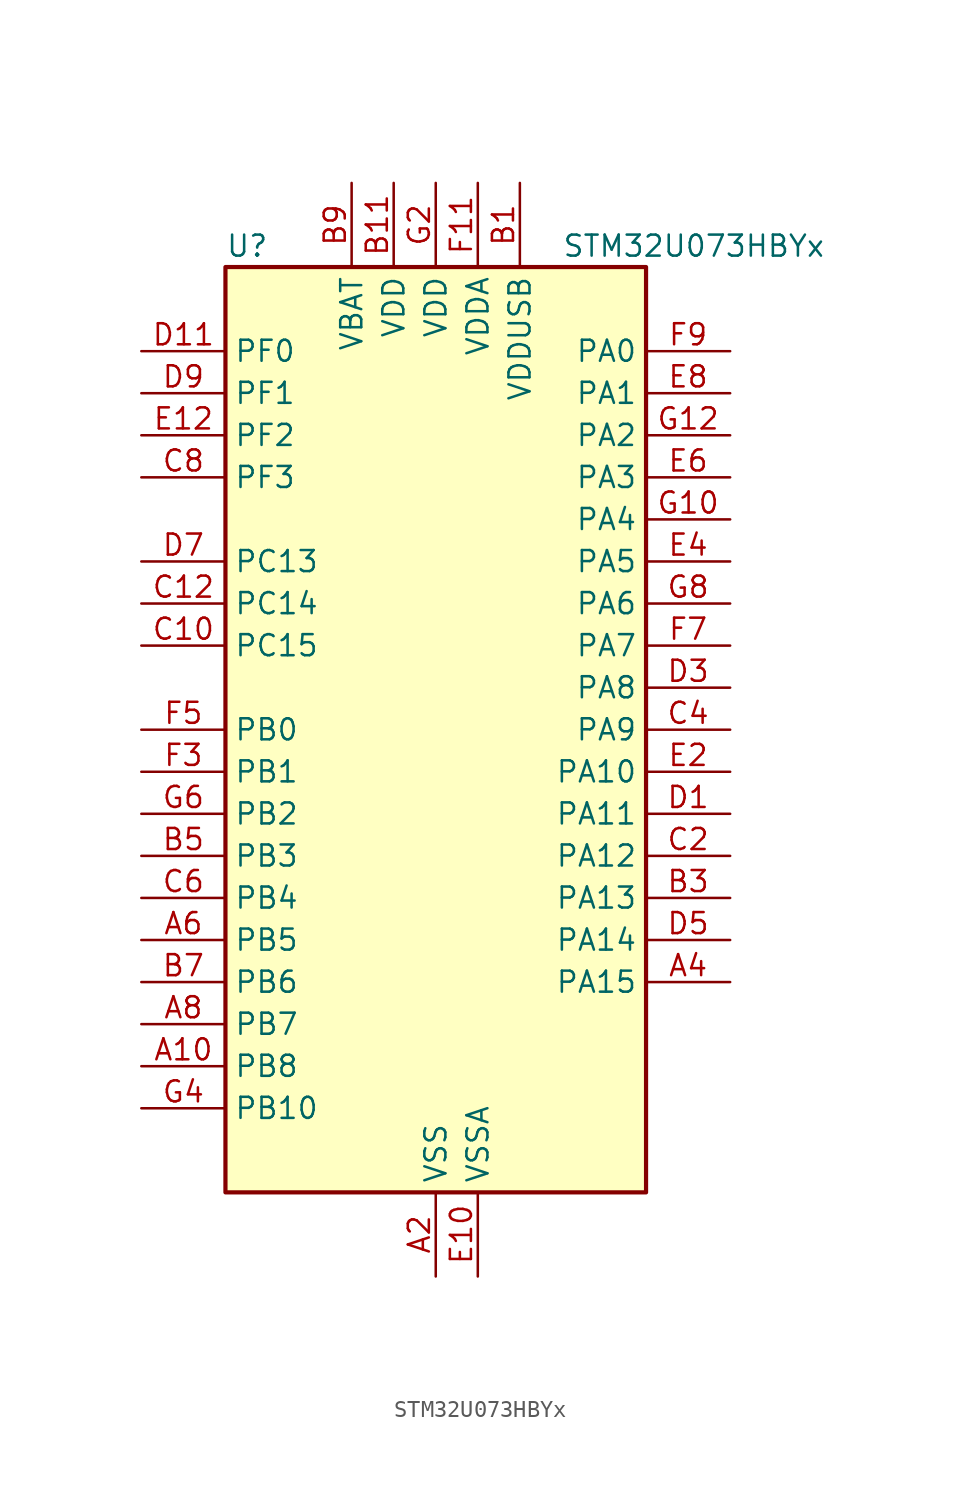
<source format=kicad_sym>
(kicad_symbol_lib
  (version 20241209)
  (generator "kicad_symbol_editor")
  (generator_version "9.0")
  (symbol "STM32U073HBYx"
    (property "Reference" "U"
      (at -12.7 29.21 0)
      (effects (font (size 1.27 1.27)) (justify left)))
    (property "Value" "STM32U073HBYx"
      (at 7.62 29.21 0)
      (effects (font (size 1.27 1.27)) (justify left)))
    (symbol "STM32U073HBYx_0_1"
      (rectangle (start -12.7 -27.94) (end 12.7 27.94) (stroke (width 0.254) (type default)) (fill (type background))))
    (symbol "STM32U073HBYx_1_1"
      (pin bidirectional line (at -17.78 22.86 0) (length 5.08) (name "PF0" (effects (font (size 1.27 1.27)))) (number "D11" (effects (font (size 1.27 1.27)))) (alternate "RCC_OSC_IN" bidirectional line))
      (pin bidirectional line (at -17.78 20.32 0) (length 5.08) (name "PF1" (effects (font (size 1.27 1.27)))) (number "D9" (effects (font (size 1.27 1.27)))) (alternate "RCC_OSC_EN" bidirectional line) (alternate "RCC_OSC_OUT" bidirectional line))
      (pin bidirectional line (at -17.78 17.78 0) (length 5.08) (name "PF2" (effects (font (size 1.27 1.27)))) (number "E12" (effects (font (size 1.27 1.27)))) (alternate "RCC_MCO" bidirectional line))
      (pin bidirectional line (at -17.78 15.24 0) (length 5.08) (name "PF3" (effects (font (size 1.27 1.27)))) (number "C8" (effects (font (size 1.27 1.27)))))
      (pin bidirectional line (at -17.78 10.16 0) (length 5.08) (name "PC13" (effects (font (size 1.27 1.27)))) (number "D7" (effects (font (size 1.27 1.27)))) (alternate "LPTIM1_CH3" bidirectional line) (alternate "LPTIM3_CH3" bidirectional line) (alternate "PWR_WKUP2" bidirectional line) (alternate "RTC_OUT1" bidirectional line) (alternate "RTC_TS" bidirectional line) (alternate "TAMP_IN1" bidirectional line))
      (pin bidirectional line (at -17.78 7.62 0) (length 5.08) (name "PC14" (effects (font (size 1.27 1.27)))) (number "C12" (effects (font (size 1.27 1.27)))) (alternate "RCC_OSC32_IN" bidirectional line))
      (pin bidirectional line (at -17.78 5.08 0) (length 5.08) (name "PC15" (effects (font (size 1.27 1.27)))) (number "C10" (effects (font (size 1.27 1.27)))) (alternate "RCC_OSC32_EN" bidirectional line) (alternate "RCC_OSC32_OUT" bidirectional line) (alternate "RCC_OSC_EN" bidirectional line))
      (pin bidirectional line (at -17.78 0 0) (length 5.08) (name "PB0" (effects (font (size 1.27 1.27)))) (number "F5" (effects (font (size 1.27 1.27)))) (alternate "ADC1_IN17" bidirectional line) (alternate "COMP1_OUT" bidirectional line) (alternate "LCD_SEG5" bidirectional line) (alternate "LPTIM3_CH1" bidirectional line) (alternate "LPUART2_CTS" bidirectional line) (alternate "SPI1_NSS" bidirectional line) (alternate "TIM1_CH2N" bidirectional line) (alternate "TIM3_CH3" bidirectional line) (alternate "TSC_G5_IO2" bidirectional line) (alternate "USART3_CK" bidirectional line))
      (pin bidirectional line (at -17.78 -2.54 0) (length 5.08) (name "PB1" (effects (font (size 1.27 1.27)))) (number "F3" (effects (font (size 1.27 1.27)))) (alternate "ADC1_IN18" bidirectional line) (alternate "COMP1_INM" bidirectional line) (alternate "LCD_SEG6" bidirectional line) (alternate "LPTIM2_IN1" bidirectional line) (alternate "LPTIM3_CH2" bidirectional line) (alternate "LPUART1_DE" bidirectional line) (alternate "LPUART1_RTS" bidirectional line) (alternate "LPUART2_DE" bidirectional line) (alternate "LPUART2_RTS" bidirectional line) (alternate "TIM1_CH3N" bidirectional line) (alternate "TIM3_CH4" bidirectional line) (alternate "TSC_SYNC" bidirectional line) (alternate "USART3_DE" bidirectional line) (alternate "USART3_RTS" bidirectional line))
      (pin bidirectional line (at -17.78 -5.08 0) (length 5.08) (name "PB2" (effects (font (size 1.27 1.27)))) (number "G6" (effects (font (size 1.27 1.27)))) (alternate "COMP1_INP" bidirectional line) (alternate "LCD_VLCD" bidirectional line) (alternate "LPTIM1_CH1" bidirectional line) (alternate "RTC_OUT2" bidirectional line))
      (pin bidirectional line (at -17.78 -7.62 0) (length 5.08) (name "PB3" (effects (font (size 1.27 1.27)))) (number "B5" (effects (font (size 1.27 1.27)))) (alternate "COMP2_INM" bidirectional line) (alternate "DEBUG_JTDO-SWO" bidirectional line) (alternate "I2C2_SCL" bidirectional line) (alternate "I2C3_SCL" bidirectional line) (alternate "LCD_SEG7" bidirectional line) (alternate "LPTIM1_CH3" bidirectional line) (alternate "SPI1_SCK" bidirectional line) (alternate "SPI3_SCK" bidirectional line) (alternate "TIM2_CH2" bidirectional line) (alternate "USART1_DE" bidirectional line) (alternate "USART1_RTS" bidirectional line))
      (pin bidirectional line (at -17.78 -10.16 0) (length 5.08) (name "PB4" (effects (font (size 1.27 1.27)))) (number "C6" (effects (font (size 1.27 1.27)))) (alternate "COMP2_INP" bidirectional line) (alternate "I2C2_SDA" bidirectional line) (alternate "I2C3_SDA" bidirectional line) (alternate "LCD_SEG8" bidirectional line) (alternate "LPTIM1_CH4" bidirectional line) (alternate "LPUART3_DE" bidirectional line) (alternate "LPUART3_RTS" bidirectional line) (alternate "SPI1_MISO" bidirectional line) (alternate "SPI3_MISO" bidirectional line) (alternate "TIM3_CH1" bidirectional line) (alternate "TSC_G2_IO1" bidirectional line) (alternate "USART1_CTS" bidirectional line))
      (pin bidirectional line (at -17.78 -12.7 0) (length 5.08) (name "PB5" (effects (font (size 1.27 1.27)))) (number "A6" (effects (font (size 1.27 1.27)))) (alternate "COMP2_OUT" bidirectional line) (alternate "LCD_SEG9" bidirectional line) (alternate "LPTIM1_IN1" bidirectional line) (alternate "LPUART3_CTS" bidirectional line) (alternate "SPI1_MOSI" bidirectional line) (alternate "SPI3_MOSI" bidirectional line) (alternate "TIM16_BKIN" bidirectional line) (alternate "TIM3_CH2" bidirectional line) (alternate "TSC_G2_IO2" bidirectional line) (alternate "USART1_CK" bidirectional line))
      (pin bidirectional line (at -17.78 -15.24 0) (length 5.08) (name "PB6" (effects (font (size 1.27 1.27)))) (number "B7" (effects (font (size 1.27 1.27)))) (alternate "COMP2_INP" bidirectional line) (alternate "I2C1_SCL" bidirectional line) (alternate "I2C2_SCL" bidirectional line) (alternate "I2C4_SCL" bidirectional line) (alternate "LPTIM1_ETR" bidirectional line) (alternate "LPUART2_TX" bidirectional line) (alternate "LPUART3_TX" bidirectional line) (alternate "TIM16_CH1N" bidirectional line) (alternate "TSC_G2_IO3" bidirectional line) (alternate "USART1_TX" bidirectional line))
      (pin bidirectional line (at -17.78 -17.78 0) (length 5.08) (name "PB7" (effects (font (size 1.27 1.27)))) (number "A8" (effects (font (size 1.27 1.27)))) (alternate "COMP2_INM" bidirectional line) (alternate "I2C1_SDA" bidirectional line) (alternate "I2C2_SDA" bidirectional line) (alternate "I2C4_SDA" bidirectional line) (alternate "LCD_SEG21" bidirectional line) (alternate "LPTIM1_IN2" bidirectional line) (alternate "LPUART2_RX" bidirectional line) (alternate "LPUART3_RX" bidirectional line) (alternate "PWR_PVD_IN" bidirectional line) (alternate "TSC_G2_IO4" bidirectional line) (alternate "USART1_RX" bidirectional line) (alternate "USART4_CTS" bidirectional line))
      (pin bidirectional line (at -17.78 -20.32 0) (length 5.08) (name "PB8" (effects (font (size 1.27 1.27)))) (number "A10" (effects (font (size 1.27 1.27)))) (alternate "I2C1_SCL" bidirectional line) (alternate "I2C2_SCL" bidirectional line) (alternate "LCD_SEG16" bidirectional line) (alternate "LPTIM1_IN2" bidirectional line) (alternate "LPTIM3_IN2" bidirectional line) (alternate "TIM16_CH1" bidirectional line) (alternate "USART3_TX" bidirectional line))
      (pin bidirectional line (at -17.78 -22.86 0) (length 5.08) (name "PB10" (effects (font (size 1.27 1.27)))) (number "G4" (effects (font (size 1.27 1.27)))) (alternate "COMP1_OUT" bidirectional line) (alternate "I2C2_SCL" bidirectional line) (alternate "I2C4_SCL" bidirectional line) (alternate "LCD_SEG10" bidirectional line) (alternate "LPTIM3_CH1" bidirectional line) (alternate "LPUART1_RX" bidirectional line) (alternate "LPUART2_RX" bidirectional line) (alternate "SPI2_SCK" bidirectional line) (alternate "TIM2_CH3" bidirectional line) (alternate "TSC_G5_IO3" bidirectional line) (alternate "USART3_TX" bidirectional line))
      (pin power_in line (at -5.08 33.02 270) (length 5.08) (name "VBAT" (effects (font (size 1.27 1.27)))) (number "B9" (effects (font (size 1.27 1.27)))))
      (pin power_in line (at -2.54 33.02 270) (length 5.08) (name "VDD" (effects (font (size 1.27 1.27)))) (number "B11" (effects (font (size 1.27 1.27)))))
      (pin power_in line (at 0 33.02 270) (length 5.08) (name "VDD" (effects (font (size 1.27 1.27)))) (number "G2" (effects (font (size 1.27 1.27)))))
      (pin passive line (at 0 -33.02 90) (length 5.08) (hide yes) (name "VSS" (effects (font (size 1.27 1.27)))) (number "A12" (effects (font (size 1.27 1.27)))))
      (pin power_in line (at 0 -33.02 90) (length 5.08) (name "VSS" (effects (font (size 1.27 1.27)))) (number "A2" (effects (font (size 1.27 1.27)))))
      (pin passive line (at 0 -33.02 90) (length 5.08) (hide yes) (name "VSS" (effects (font (size 1.27 1.27)))) (number "F1" (effects (font (size 1.27 1.27)))))
      (pin power_in line (at 2.54 33.02 270) (length 5.08) (name "VDDA" (effects (font (size 1.27 1.27)))) (number "F11" (effects (font (size 1.27 1.27)))))
      (pin power_in line (at 2.54 -33.02 90) (length 5.08) (name "VSSA" (effects (font (size 1.27 1.27)))) (number "E10" (effects (font (size 1.27 1.27)))))
      (pin power_in line (at 5.08 33.02 270) (length 5.08) (name "VDDUSB" (effects (font (size 1.27 1.27)))) (number "B1" (effects (font (size 1.27 1.27)))))
      (pin bidirectional line (at 17.78 22.86 180) (length 5.08) (name "PA0" (effects (font (size 1.27 1.27)))) (number "F9" (effects (font (size 1.27 1.27)))) (alternate "ADC1_IN4" bidirectional line) (alternate "COMP1_INM" bidirectional line) (alternate "COMP1_OUT" bidirectional line) (alternate "LCD_SEG42" bidirectional line) (alternate "OPAMP1_VINP" bidirectional line) (alternate "PWR_WKUP1" bidirectional line) (alternate "TAMP_IN2" bidirectional line) (alternate "TIM2_CH1" bidirectional line) (alternate "TIM2_ETR" bidirectional line) (alternate "USART2_CTS" bidirectional line) (alternate "USART4_TX" bidirectional line))
      (pin bidirectional line (at 17.78 20.32 180) (length 5.08) (name "PA1" (effects (font (size 1.27 1.27)))) (number "E8" (effects (font (size 1.27 1.27)))) (alternate "ADC1_IN5" bidirectional line) (alternate "COMP1_INP" bidirectional line) (alternate "LCD_SEG0" bidirectional line) (alternate "LPTIM1_CH2" bidirectional line) (alternate "OPAMP1_VINM" bidirectional line) (alternate "PWR_WKUP3" bidirectional line) (alternate "SPI1_SCK" bidirectional line) (alternate "SPI2_SCK" bidirectional line) (alternate "TAMP_IN5" bidirectional line) (alternate "TIM15_CH1N" bidirectional line) (alternate "TIM2_CH2" bidirectional line) (alternate "USART2_DE" bidirectional line) (alternate "USART2_RTS" bidirectional line) (alternate "USART4_RX" bidirectional line))
      (pin bidirectional line (at 17.78 17.78 180) (length 5.08) (name "PA2" (effects (font (size 1.27 1.27)))) (number "G12" (effects (font (size 1.27 1.27)))) (alternate "ADC1_IN6" bidirectional line) (alternate "COMP2_INM" bidirectional line) (alternate "COMP2_OUT" bidirectional line) (alternate "LCD_SEG1" bidirectional line) (alternate "LPUART1_TX" bidirectional line) (alternate "PWR_WKUP4" bidirectional line) (alternate "RCC_LSCO" bidirectional line) (alternate "TIM15_CH1" bidirectional line) (alternate "TIM2_CH3" bidirectional line) (alternate "USART2_TX" bidirectional line))
      (pin bidirectional line (at 17.78 15.24 180) (length 5.08) (name "PA3" (effects (font (size 1.27 1.27)))) (number "E6" (effects (font (size 1.27 1.27)))) (alternate "ADC1_IN7" bidirectional line) (alternate "COMP2_INP" bidirectional line) (alternate "LCD_SEG2" bidirectional line) (alternate "LPUART1_RX" bidirectional line) (alternate "OPAMP1_VOUT" bidirectional line) (alternate "TIM15_CH2" bidirectional line) (alternate "TIM2_CH4" bidirectional line) (alternate "USART2_RX" bidirectional line))
      (pin bidirectional line (at 17.78 12.7 180) (length 5.08) (name "PA4" (effects (font (size 1.27 1.27)))) (number "G10" (effects (font (size 1.27 1.27)))) (alternate "ADC1_IN8" bidirectional line) (alternate "COMP1_INM" bidirectional line) (alternate "COMP2_INM" bidirectional line) (alternate "DAC1_OUT1" bidirectional line) (alternate "LCD_SEG43" bidirectional line) (alternate "LPTIM2_CH1" bidirectional line) (alternate "LPUART3_TX" bidirectional line) (alternate "SPI1_NSS" bidirectional line) (alternate "SPI3_NSS" bidirectional line) (alternate "USART2_CK" bidirectional line))
      (pin bidirectional line (at 17.78 10.16 180) (length 5.08) (name "PA5" (effects (font (size 1.27 1.27)))) (number "E4" (effects (font (size 1.27 1.27)))) (alternate "ADC1_IN9" bidirectional line) (alternate "COMP1_INM" bidirectional line) (alternate "COMP2_INM" bidirectional line) (alternate "LCD_SEG44" bidirectional line) (alternate "LPTIM2_ETR" bidirectional line) (alternate "LPUART3_RX" bidirectional line) (alternate "SPI1_SCK" bidirectional line) (alternate "TIM2_CH1" bidirectional line) (alternate "TIM2_ETR" bidirectional line) (alternate "USART3_TX" bidirectional line))
      (pin bidirectional line (at 17.78 7.62 180) (length 5.08) (name "PA6" (effects (font (size 1.27 1.27)))) (number "G8" (effects (font (size 1.27 1.27)))) (alternate "ADC1_IN10" bidirectional line) (alternate "COMP1_OUT" bidirectional line) (alternate "I2C2_SDA" bidirectional line) (alternate "I2C3_SDA" bidirectional line) (alternate "LCD_SEG3" bidirectional line) (alternate "LPUART1_CTS" bidirectional line) (alternate "SPI1_MISO" bidirectional line) (alternate "TIM16_CH1" bidirectional line) (alternate "TIM1_BKIN" bidirectional line) (alternate "TIM3_CH1" bidirectional line) (alternate "TSC_G5_IO1" bidirectional line) (alternate "USART3_CTS" bidirectional line))
      (pin bidirectional line (at 17.78 5.08 180) (length 5.08) (name "PA7" (effects (font (size 1.27 1.27)))) (number "F7" (effects (font (size 1.27 1.27)))) (alternate "ADC1_IN14" bidirectional line) (alternate "COMP2_OUT" bidirectional line) (alternate "I2C2_SCL" bidirectional line) (alternate "I2C3_SCL" bidirectional line) (alternate "LCD_SEG4" bidirectional line) (alternate "LPTIM2_CH2" bidirectional line) (alternate "SPI1_MOSI" bidirectional line) (alternate "TIM1_CH1N" bidirectional line) (alternate "TIM3_CH2" bidirectional line) (alternate "USART3_RX" bidirectional line))
      (pin bidirectional line (at 17.78 2.54 180) (length 5.08) (name "PA8" (effects (font (size 1.27 1.27)))) (number "D3" (effects (font (size 1.27 1.27)))) (alternate "LCD_COM0" bidirectional line) (alternate "LPTIM2_CH1" bidirectional line) (alternate "RCC_MCO" bidirectional line) (alternate "RCC_MCO2" bidirectional line) (alternate "TIM1_CH1" bidirectional line) (alternate "TSC_G7_IO1" bidirectional line) (alternate "USART1_CK" bidirectional line))
      (pin bidirectional line (at 17.78 0 180) (length 5.08) (name "PA9" (effects (font (size 1.27 1.27)))) (number "C4" (effects (font (size 1.27 1.27)))) (alternate "COMP1_INP" bidirectional line) (alternate "DAC1_EXTI9" bidirectional line) (alternate "I2C1_SCL" bidirectional line) (alternate "I2C2_SCL" bidirectional line) (alternate "LCD_COM1" bidirectional line) (alternate "RCC_MCO" bidirectional line) (alternate "TIM15_BKIN" bidirectional line) (alternate "TIM1_CH2" bidirectional line) (alternate "TSC_G7_IO2" bidirectional line) (alternate "USART1_TX" bidirectional line))
      (pin bidirectional line (at 17.78 -2.54 180) (length 5.08) (name "PA10" (effects (font (size 1.27 1.27)))) (number "E2" (effects (font (size 1.27 1.27)))) (alternate "CRS_SYNC" bidirectional line) (alternate "I2C1_SDA" bidirectional line) (alternate "I2C2_SDA" bidirectional line) (alternate "LCD_COM2" bidirectional line) (alternate "RCC_MCO2" bidirectional line) (alternate "SPI2_NSS" bidirectional line) (alternate "TIM1_CH3" bidirectional line) (alternate "TSC_G7_IO3" bidirectional line) (alternate "USART1_RX" bidirectional line))
      (pin bidirectional line (at 17.78 -5.08 180) (length 5.08) (name "PA11" (effects (font (size 1.27 1.27)))) (number "D1" (effects (font (size 1.27 1.27)))) (alternate "ADC1_EXTI11" bidirectional line) (alternate "COMP1_OUT" bidirectional line) (alternate "SPI1_MISO" bidirectional line) (alternate "SPI2_MISO" bidirectional line) (alternate "TIM1_BKIN2" bidirectional line) (alternate "TIM1_CH4" bidirectional line) (alternate "USART1_CTS" bidirectional line) (alternate "USB_DM" bidirectional line))
      (pin bidirectional line (at 17.78 -7.62 180) (length 5.08) (name "PA12" (effects (font (size 1.27 1.27)))) (number "C2" (effects (font (size 1.27 1.27)))) (alternate "SPI1_MOSI" bidirectional line) (alternate "SPI2_MOSI" bidirectional line) (alternate "TIM1_ETR" bidirectional line) (alternate "USART1_DE" bidirectional line) (alternate "USART1_RTS" bidirectional line) (alternate "USB_DP" bidirectional line))
      (pin bidirectional line (at 17.78 -10.16 180) (length 5.08) (name "PA13" (effects (font (size 1.27 1.27)))) (number "B3" (effects (font (size 1.27 1.27)))) (alternate "DEBUG_JTMS-SWDIO" bidirectional line) (alternate "IR_OUT" bidirectional line) (alternate "LCD_SEG40" bidirectional line) (alternate "TSC_G7_IO4" bidirectional line) (alternate "USB_NOE" bidirectional line))
      (pin bidirectional line (at 17.78 -12.7 180) (length 5.08) (name "PA14" (effects (font (size 1.27 1.27)))) (number "D5" (effects (font (size 1.27 1.27)))) (alternate "DEBUG_JTCK-SWCLK" bidirectional line) (alternate "LCD_SEG41" bidirectional line) (alternate "LPTIM1_CH1" bidirectional line) (alternate "TSC_G3_IO4" bidirectional line))
      (pin bidirectional line (at 17.78 -15.24 180) (length 5.08) (name "PA15" (effects (font (size 1.27 1.27)))) (number "A4" (effects (font (size 1.27 1.27)))) (alternate "DEBUG_JTDI" bidirectional line) (alternate "LCD_SEG17" bidirectional line) (alternate "LPTIM3_CH3" bidirectional line) (alternate "LPTIM3_IN2" bidirectional line) (alternate "SPI1_NSS" bidirectional line) (alternate "SPI3_NSS" bidirectional line) (alternate "TIM2_CH1" bidirectional line) (alternate "TIM2_ETR" bidirectional line) (alternate "TSC_G3_IO1" bidirectional line) (alternate "USART2_RX" bidirectional line) (alternate "USART3_DE" bidirectional line) (alternate "USART3_RTS" bidirectional line) (alternate "USART4_DE" bidirectional line) (alternate "USART4_RTS" bidirectional line)))))
</source>
